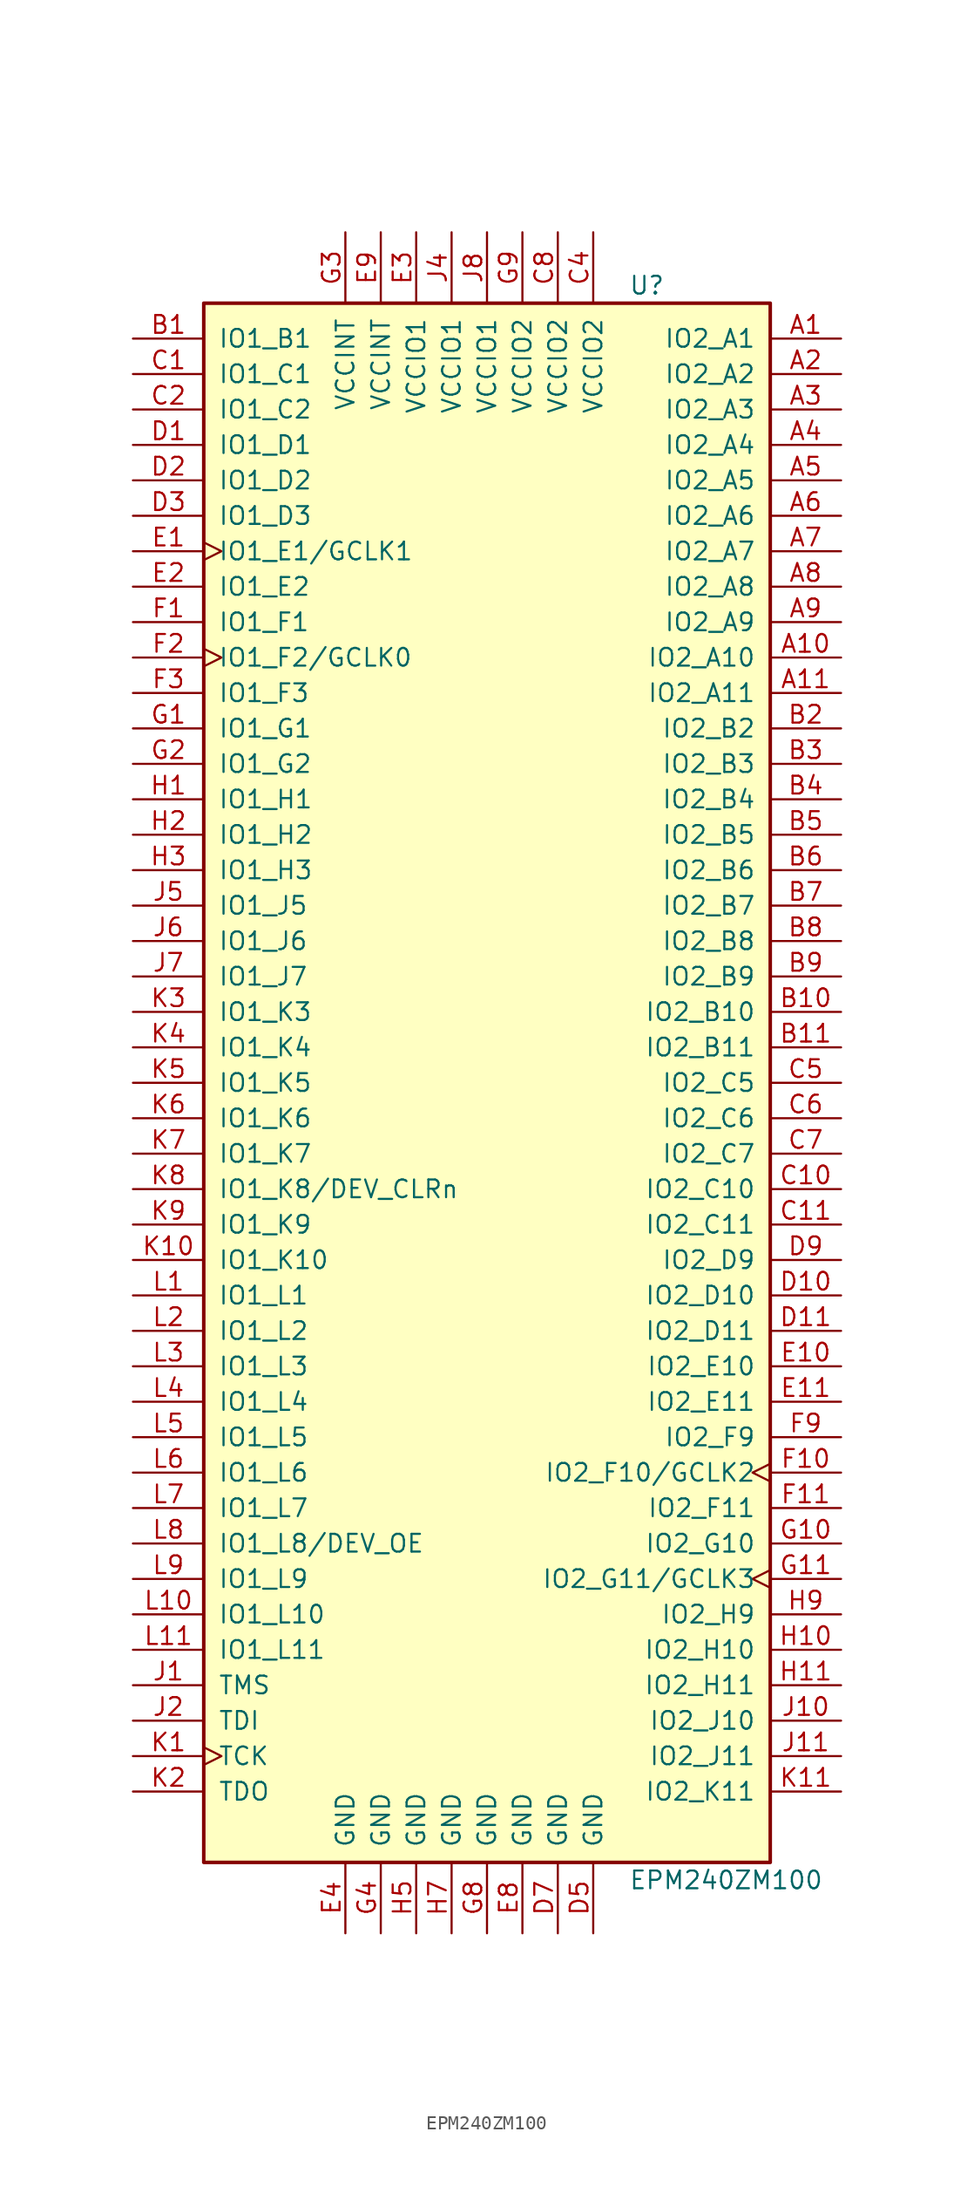
<source format=kicad_sym>
(kicad_symbol_lib
  (version 20211014)
  (generator kicad_symbol_editor)
  (symbol "EPM240ZM100"
    (pin_names
      (offset 1.016))
    (property "Reference" "U"
      (at 10.16 57.15 0)
      (effects (font (size 1.27 1.27)) (justify left)))
    (property "Value" "EPM240ZM100"
      (at 10.16 -57.15 0)
      (effects (font (size 1.27 1.27)) (justify left)))
    (property "ki_locked" ""
      (at 0 0 0)
      (effects (font (size 1.27 1.27))))
    (symbol "EPM240ZM100_1_1"
      (rectangle (start -20.32 55.88) (end 20.32 -55.88) (stroke (width 0.254) (type default) (color 0 0 0 0)) (fill (type background)))
      (pin bidirectional line (at 25.4 53.34 180) (length 5.08) (name "IO2_A1" (effects (font (size 1.27 1.27)))) (number "A1" (effects (font (size 1.27 1.27)))))
      (pin bidirectional line (at 25.4 30.48 180) (length 5.08) (name "IO2_A10" (effects (font (size 1.27 1.27)))) (number "A10" (effects (font (size 1.27 1.27)))))
      (pin bidirectional line (at 25.4 27.94 180) (length 5.08) (name "IO2_A11" (effects (font (size 1.27 1.27)))) (number "A11" (effects (font (size 1.27 1.27)))))
      (pin bidirectional line (at 25.4 50.8 180) (length 5.08) (name "IO2_A2" (effects (font (size 1.27 1.27)))) (number "A2" (effects (font (size 1.27 1.27)))))
      (pin bidirectional line (at 25.4 48.26 180) (length 5.08) (name "IO2_A3" (effects (font (size 1.27 1.27)))) (number "A3" (effects (font (size 1.27 1.27)))))
      (pin bidirectional line (at 25.4 45.72 180) (length 5.08) (name "IO2_A4" (effects (font (size 1.27 1.27)))) (number "A4" (effects (font (size 1.27 1.27)))))
      (pin bidirectional line (at 25.4 43.18 180) (length 5.08) (name "IO2_A5" (effects (font (size 1.27 1.27)))) (number "A5" (effects (font (size 1.27 1.27)))))
      (pin bidirectional line (at 25.4 40.64 180) (length 5.08) (name "IO2_A6" (effects (font (size 1.27 1.27)))) (number "A6" (effects (font (size 1.27 1.27)))))
      (pin bidirectional line (at 25.4 38.1 180) (length 5.08) (name "IO2_A7" (effects (font (size 1.27 1.27)))) (number "A7" (effects (font (size 1.27 1.27)))))
      (pin bidirectional line (at 25.4 35.56 180) (length 5.08) (name "IO2_A8" (effects (font (size 1.27 1.27)))) (number "A8" (effects (font (size 1.27 1.27)))))
      (pin bidirectional line (at 25.4 33.02 180) (length 5.08) (name "IO2_A9" (effects (font (size 1.27 1.27)))) (number "A9" (effects (font (size 1.27 1.27)))))
      (pin bidirectional line (at -25.4 53.34 0) (length 5.08) (name "IO1_B1" (effects (font (size 1.27 1.27)))) (number "B1" (effects (font (size 1.27 1.27)))))
      (pin bidirectional line (at 25.4 5.08 180) (length 5.08) (name "IO2_B10" (effects (font (size 1.27 1.27)))) (number "B10" (effects (font (size 1.27 1.27)))))
      (pin bidirectional line (at 25.4 2.54 180) (length 5.08) (name "IO2_B11" (effects (font (size 1.27 1.27)))) (number "B11" (effects (font (size 1.27 1.27)))))
      (pin bidirectional line (at 25.4 25.4 180) (length 5.08) (name "IO2_B2" (effects (font (size 1.27 1.27)))) (number "B2" (effects (font (size 1.27 1.27)))))
      (pin bidirectional line (at 25.4 22.86 180) (length 5.08) (name "IO2_B3" (effects (font (size 1.27 1.27)))) (number "B3" (effects (font (size 1.27 1.27)))))
      (pin bidirectional line (at 25.4 20.32 180) (length 5.08) (name "IO2_B4" (effects (font (size 1.27 1.27)))) (number "B4" (effects (font (size 1.27 1.27)))))
      (pin bidirectional line (at 25.4 17.78 180) (length 5.08) (name "IO2_B5" (effects (font (size 1.27 1.27)))) (number "B5" (effects (font (size 1.27 1.27)))))
      (pin bidirectional line (at 25.4 15.24 180) (length 5.08) (name "IO2_B6" (effects (font (size 1.27 1.27)))) (number "B6" (effects (font (size 1.27 1.27)))))
      (pin bidirectional line (at 25.4 12.7 180) (length 5.08) (name "IO2_B7" (effects (font (size 1.27 1.27)))) (number "B7" (effects (font (size 1.27 1.27)))))
      (pin bidirectional line (at 25.4 10.16 180) (length 5.08) (name "IO2_B8" (effects (font (size 1.27 1.27)))) (number "B8" (effects (font (size 1.27 1.27)))))
      (pin bidirectional line (at 25.4 7.62 180) (length 5.08) (name "IO2_B9" (effects (font (size 1.27 1.27)))) (number "B9" (effects (font (size 1.27 1.27)))))
      (pin bidirectional line (at -25.4 50.8 0) (length 5.08) (name "IO1_C1" (effects (font (size 1.27 1.27)))) (number "C1" (effects (font (size 1.27 1.27)))))
      (pin bidirectional line (at 25.4 -7.62 180) (length 5.08) (name "IO2_C10" (effects (font (size 1.27 1.27)))) (number "C10" (effects (font (size 1.27 1.27)))))
      (pin bidirectional line (at 25.4 -10.16 180) (length 5.08) (name "IO2_C11" (effects (font (size 1.27 1.27)))) (number "C11" (effects (font (size 1.27 1.27)))))
      (pin bidirectional line (at -25.4 48.26 0) (length 5.08) (name "IO1_C2" (effects (font (size 1.27 1.27)))) (number "C2" (effects (font (size 1.27 1.27)))))
      (pin power_in line (at 7.62 60.96 270) (length 5.08) (name "VCCIO2" (effects (font (size 1.27 1.27)))) (number "C4" (effects (font (size 1.27 1.27)))))
      (pin bidirectional line (at 25.4 0 180) (length 5.08) (name "IO2_C5" (effects (font (size 1.27 1.27)))) (number "C5" (effects (font (size 1.27 1.27)))))
      (pin bidirectional line (at 25.4 -2.54 180) (length 5.08) (name "IO2_C6" (effects (font (size 1.27 1.27)))) (number "C6" (effects (font (size 1.27 1.27)))))
      (pin bidirectional line (at 25.4 -5.08 180) (length 5.08) (name "IO2_C7" (effects (font (size 1.27 1.27)))) (number "C7" (effects (font (size 1.27 1.27)))))
      (pin power_in line (at 5.08 60.96 270) (length 5.08) (name "VCCIO2" (effects (font (size 1.27 1.27)))) (number "C8" (effects (font (size 1.27 1.27)))))
      (pin bidirectional line (at -25.4 45.72 0) (length 5.08) (name "IO1_D1" (effects (font (size 1.27 1.27)))) (number "D1" (effects (font (size 1.27 1.27)))))
      (pin bidirectional line (at 25.4 -15.24 180) (length 5.08) (name "IO2_D10" (effects (font (size 1.27 1.27)))) (number "D10" (effects (font (size 1.27 1.27)))))
      (pin bidirectional line (at 25.4 -17.78 180) (length 5.08) (name "IO2_D11" (effects (font (size 1.27 1.27)))) (number "D11" (effects (font (size 1.27 1.27)))))
      (pin bidirectional line (at -25.4 43.18 0) (length 5.08) (name "IO1_D2" (effects (font (size 1.27 1.27)))) (number "D2" (effects (font (size 1.27 1.27)))))
      (pin bidirectional line (at -25.4 40.64 0) (length 5.08) (name "IO1_D3" (effects (font (size 1.27 1.27)))) (number "D3" (effects (font (size 1.27 1.27)))))
      (pin power_in line (at 7.62 -60.96 90) (length 5.08) (name "GND" (effects (font (size 1.27 1.27)))) (number "D5" (effects (font (size 1.27 1.27)))))
      (pin power_in line (at 5.08 -60.96 90) (length 5.08) (name "GND" (effects (font (size 1.27 1.27)))) (number "D7" (effects (font (size 1.27 1.27)))))
      (pin bidirectional line (at 25.4 -12.7 180) (length 5.08) (name "IO2_D9" (effects (font (size 1.27 1.27)))) (number "D9" (effects (font (size 1.27 1.27)))))
      (pin bidirectional clock (at -25.4 38.1 0) (length 5.08) (name "IO1_E1/GCLK1" (effects (font (size 1.27 1.27)))) (number "E1" (effects (font (size 1.27 1.27)))))
      (pin bidirectional line (at 25.4 -20.32 180) (length 5.08) (name "IO2_E10" (effects (font (size 1.27 1.27)))) (number "E10" (effects (font (size 1.27 1.27)))))
      (pin bidirectional line (at 25.4 -22.86 180) (length 5.08) (name "IO2_E11" (effects (font (size 1.27 1.27)))) (number "E11" (effects (font (size 1.27 1.27)))))
      (pin bidirectional line (at -25.4 35.56 0) (length 5.08) (name "IO1_E2" (effects (font (size 1.27 1.27)))) (number "E2" (effects (font (size 1.27 1.27)))))
      (pin power_in line (at -5.08 60.96 270) (length 5.08) (name "VCCIO1" (effects (font (size 1.27 1.27)))) (number "E3" (effects (font (size 1.27 1.27)))))
      (pin power_in line (at -10.16 -60.96 90) (length 5.08) (name "GND" (effects (font (size 1.27 1.27)))) (number "E4" (effects (font (size 1.27 1.27)))))
      (pin power_in line (at 2.54 -60.96 90) (length 5.08) (name "GND" (effects (font (size 1.27 1.27)))) (number "E8" (effects (font (size 1.27 1.27)))))
      (pin power_in line (at -7.62 60.96 270) (length 5.08) (name "VCCINT" (effects (font (size 1.27 1.27)))) (number "E9" (effects (font (size 1.27 1.27)))))
      (pin bidirectional line (at -25.4 33.02 0) (length 5.08) (name "IO1_F1" (effects (font (size 1.27 1.27)))) (number "F1" (effects (font (size 1.27 1.27)))))
      (pin bidirectional clock (at 25.4 -27.94 180) (length 5.08) (name "IO2_F10/GCLK2" (effects (font (size 1.27 1.27)))) (number "F10" (effects (font (size 1.27 1.27)))))
      (pin bidirectional line (at 25.4 -30.48 180) (length 5.08) (name "IO2_F11" (effects (font (size 1.27 1.27)))) (number "F11" (effects (font (size 1.27 1.27)))))
      (pin bidirectional clock (at -25.4 30.48 0) (length 5.08) (name "IO1_F2/GCLK0" (effects (font (size 1.27 1.27)))) (number "F2" (effects (font (size 1.27 1.27)))))
      (pin bidirectional line (at -25.4 27.94 0) (length 5.08) (name "IO1_F3" (effects (font (size 1.27 1.27)))) (number "F3" (effects (font (size 1.27 1.27)))))
      (pin bidirectional line (at 25.4 -25.4 180) (length 5.08) (name "IO2_F9" (effects (font (size 1.27 1.27)))) (number "F9" (effects (font (size 1.27 1.27)))))
      (pin bidirectional line (at -25.4 25.4 0) (length 5.08) (name "IO1_G1" (effects (font (size 1.27 1.27)))) (number "G1" (effects (font (size 1.27 1.27)))))
      (pin bidirectional line (at 25.4 -33.02 180) (length 5.08) (name "IO2_G10" (effects (font (size 1.27 1.27)))) (number "G10" (effects (font (size 1.27 1.27)))))
      (pin bidirectional clock (at 25.4 -35.56 180) (length 5.08) (name "IO2_G11/GCLK3" (effects (font (size 1.27 1.27)))) (number "G11" (effects (font (size 1.27 1.27)))))
      (pin bidirectional line (at -25.4 22.86 0) (length 5.08) (name "IO1_G2" (effects (font (size 1.27 1.27)))) (number "G2" (effects (font (size 1.27 1.27)))))
      (pin power_in line (at -10.16 60.96 270) (length 5.08) (name "VCCINT" (effects (font (size 1.27 1.27)))) (number "G3" (effects (font (size 1.27 1.27)))))
      (pin power_in line (at -7.62 -60.96 90) (length 5.08) (name "GND" (effects (font (size 1.27 1.27)))) (number "G4" (effects (font (size 1.27 1.27)))))
      (pin power_in line (at 0 -60.96 90) (length 5.08) (name "GND" (effects (font (size 1.27 1.27)))) (number "G8" (effects (font (size 1.27 1.27)))))
      (pin power_in line (at 2.54 60.96 270) (length 5.08) (name "VCCIO2" (effects (font (size 1.27 1.27)))) (number "G9" (effects (font (size 1.27 1.27)))))
      (pin bidirectional line (at -25.4 20.32 0) (length 5.08) (name "IO1_H1" (effects (font (size 1.27 1.27)))) (number "H1" (effects (font (size 1.27 1.27)))))
      (pin bidirectional line (at 25.4 -40.64 180) (length 5.08) (name "IO2_H10" (effects (font (size 1.27 1.27)))) (number "H10" (effects (font (size 1.27 1.27)))))
      (pin bidirectional line (at 25.4 -43.18 180) (length 5.08) (name "IO2_H11" (effects (font (size 1.27 1.27)))) (number "H11" (effects (font (size 1.27 1.27)))))
      (pin bidirectional line (at -25.4 17.78 0) (length 5.08) (name "IO1_H2" (effects (font (size 1.27 1.27)))) (number "H2" (effects (font (size 1.27 1.27)))))
      (pin bidirectional line (at -25.4 15.24 0) (length 5.08) (name "IO1_H3" (effects (font (size 1.27 1.27)))) (number "H3" (effects (font (size 1.27 1.27)))))
      (pin power_in line (at -5.08 -60.96 90) (length 5.08) (name "GND" (effects (font (size 1.27 1.27)))) (number "H5" (effects (font (size 1.27 1.27)))))
      (pin power_in line (at -2.54 -60.96 90) (length 5.08) (name "GND" (effects (font (size 1.27 1.27)))) (number "H7" (effects (font (size 1.27 1.27)))))
      (pin bidirectional line (at 25.4 -38.1 180) (length 5.08) (name "IO2_H9" (effects (font (size 1.27 1.27)))) (number "H9" (effects (font (size 1.27 1.27)))))
      (pin input line (at -25.4 -43.18 0) (length 5.08) (name "TMS" (effects (font (size 1.27 1.27)))) (number "J1" (effects (font (size 1.27 1.27)))))
      (pin bidirectional line (at 25.4 -45.72 180) (length 5.08) (name "IO2_J10" (effects (font (size 1.27 1.27)))) (number "J10" (effects (font (size 1.27 1.27)))))
      (pin bidirectional line (at 25.4 -48.26 180) (length 5.08) (name "IO2_J11" (effects (font (size 1.27 1.27)))) (number "J11" (effects (font (size 1.27 1.27)))))
      (pin input line (at -25.4 -45.72 0) (length 5.08) (name "TDI" (effects (font (size 1.27 1.27)))) (number "J2" (effects (font (size 1.27 1.27)))))
      (pin power_in line (at -2.54 60.96 270) (length 5.08) (name "VCCIO1" (effects (font (size 1.27 1.27)))) (number "J4" (effects (font (size 1.27 1.27)))))
      (pin bidirectional line (at -25.4 12.7 0) (length 5.08) (name "IO1_J5" (effects (font (size 1.27 1.27)))) (number "J5" (effects (font (size 1.27 1.27)))))
      (pin bidirectional line (at -25.4 10.16 0) (length 5.08) (name "IO1_J6" (effects (font (size 1.27 1.27)))) (number "J6" (effects (font (size 1.27 1.27)))))
      (pin bidirectional line (at -25.4 7.62 0) (length 5.08) (name "IO1_J7" (effects (font (size 1.27 1.27)))) (number "J7" (effects (font (size 1.27 1.27)))))
      (pin power_in line (at 0 60.96 270) (length 5.08) (name "VCCIO1" (effects (font (size 1.27 1.27)))) (number "J8" (effects (font (size 1.27 1.27)))))
      (pin input clock (at -25.4 -48.26 0) (length 5.08) (name "TCK" (effects (font (size 1.27 1.27)))) (number "K1" (effects (font (size 1.27 1.27)))))
      (pin bidirectional line (at -25.4 -12.7 0) (length 5.08) (name "IO1_K10" (effects (font (size 1.27 1.27)))) (number "K10" (effects (font (size 1.27 1.27)))))
      (pin bidirectional line (at 25.4 -50.8 180) (length 5.08) (name "IO2_K11" (effects (font (size 1.27 1.27)))) (number "K11" (effects (font (size 1.27 1.27)))))
      (pin output line (at -25.4 -50.8 0) (length 5.08) (name "TDO" (effects (font (size 1.27 1.27)))) (number "K2" (effects (font (size 1.27 1.27)))))
      (pin bidirectional line (at -25.4 5.08 0) (length 5.08) (name "IO1_K3" (effects (font (size 1.27 1.27)))) (number "K3" (effects (font (size 1.27 1.27)))))
      (pin bidirectional line (at -25.4 2.54 0) (length 5.08) (name "IO1_K4" (effects (font (size 1.27 1.27)))) (number "K4" (effects (font (size 1.27 1.27)))))
      (pin bidirectional line (at -25.4 0 0) (length 5.08) (name "IO1_K5" (effects (font (size 1.27 1.27)))) (number "K5" (effects (font (size 1.27 1.27)))))
      (pin bidirectional line (at -25.4 -2.54 0) (length 5.08) (name "IO1_K6" (effects (font (size 1.27 1.27)))) (number "K6" (effects (font (size 1.27 1.27)))))
      (pin bidirectional line (at -25.4 -5.08 0) (length 5.08) (name "IO1_K7" (effects (font (size 1.27 1.27)))) (number "K7" (effects (font (size 1.27 1.27)))))
      (pin bidirectional line (at -25.4 -7.62 0) (length 5.08) (name "IO1_K8/DEV_CLRn" (effects (font (size 1.27 1.27)))) (number "K8" (effects (font (size 1.27 1.27)))))
      (pin bidirectional line (at -25.4 -10.16 0) (length 5.08) (name "IO1_K9" (effects (font (size 1.27 1.27)))) (number "K9" (effects (font (size 1.27 1.27)))))
      (pin bidirectional line (at -25.4 -15.24 0) (length 5.08) (name "IO1_L1" (effects (font (size 1.27 1.27)))) (number "L1" (effects (font (size 1.27 1.27)))))
      (pin bidirectional line (at -25.4 -38.1 0) (length 5.08) (name "IO1_L10" (effects (font (size 1.27 1.27)))) (number "L10" (effects (font (size 1.27 1.27)))))
      (pin bidirectional line (at -25.4 -40.64 0) (length 5.08) (name "IO1_L11" (effects (font (size 1.27 1.27)))) (number "L11" (effects (font (size 1.27 1.27)))))
      (pin bidirectional line (at -25.4 -17.78 0) (length 5.08) (name "IO1_L2" (effects (font (size 1.27 1.27)))) (number "L2" (effects (font (size 1.27 1.27)))))
      (pin bidirectional line (at -25.4 -20.32 0) (length 5.08) (name "IO1_L3" (effects (font (size 1.27 1.27)))) (number "L3" (effects (font (size 1.27 1.27)))))
      (pin bidirectional line (at -25.4 -22.86 0) (length 5.08) (name "IO1_L4" (effects (font (size 1.27 1.27)))) (number "L4" (effects (font (size 1.27 1.27)))))
      (pin bidirectional line (at -25.4 -25.4 0) (length 5.08) (name "IO1_L5" (effects (font (size 1.27 1.27)))) (number "L5" (effects (font (size 1.27 1.27)))))
      (pin bidirectional line (at -25.4 -27.94 0) (length 5.08) (name "IO1_L6" (effects (font (size 1.27 1.27)))) (number "L6" (effects (font (size 1.27 1.27)))))
      (pin bidirectional line (at -25.4 -30.48 0) (length 5.08) (name "IO1_L7" (effects (font (size 1.27 1.27)))) (number "L7" (effects (font (size 1.27 1.27)))))
      (pin bidirectional line (at -25.4 -33.02 0) (length 5.08) (name "IO1_L8/DEV_OE" (effects (font (size 1.27 1.27)))) (number "L8" (effects (font (size 1.27 1.27)))))
      (pin bidirectional line (at -25.4 -35.56 0) (length 5.08) (name "IO1_L9" (effects (font (size 1.27 1.27)))) (number "L9" (effects (font (size 1.27 1.27))))))))
</source>
